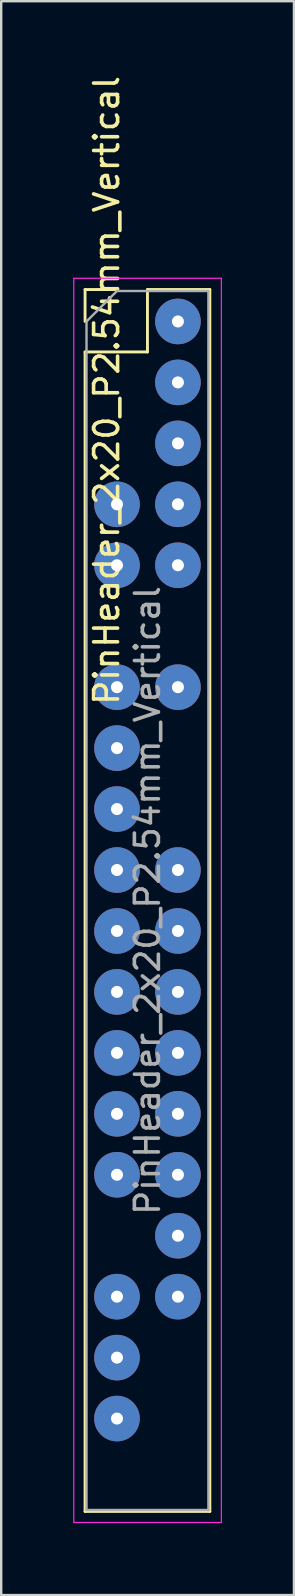
<source format=kicad_pcb>
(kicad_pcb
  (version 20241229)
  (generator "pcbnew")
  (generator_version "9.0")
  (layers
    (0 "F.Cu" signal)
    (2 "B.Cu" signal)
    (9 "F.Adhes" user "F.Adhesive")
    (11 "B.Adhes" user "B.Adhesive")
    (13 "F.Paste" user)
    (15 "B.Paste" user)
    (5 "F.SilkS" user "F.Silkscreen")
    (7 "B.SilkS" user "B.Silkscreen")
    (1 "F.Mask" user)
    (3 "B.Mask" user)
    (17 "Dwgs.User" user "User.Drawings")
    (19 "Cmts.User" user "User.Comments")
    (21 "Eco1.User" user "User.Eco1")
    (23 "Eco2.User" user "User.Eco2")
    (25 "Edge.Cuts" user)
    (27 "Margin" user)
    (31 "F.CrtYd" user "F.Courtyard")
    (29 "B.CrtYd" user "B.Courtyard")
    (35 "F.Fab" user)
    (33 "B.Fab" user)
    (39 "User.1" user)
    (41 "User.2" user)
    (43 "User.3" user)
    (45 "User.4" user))
  (footprint "PinHeader_2x20_P2.54mm_Vertical"
    (layer "F.Cu")
    (at 1.825 10.346)
    (property "Reference" "PinHeader_2x20_P2.54mm_Vertical" (at -0.43 2.874 90) (layer "F.SilkS") (effects (font (size 1 1) (thickness 0.15))))
    (attr through_hole)
    (fp_line (start -1.33 -1.33) (end -1.33 0) (stroke (width 0.12) (type solid)) (layer "F.SilkS"))
    (fp_line (start -1.33 49.59) (end -1.33 1.27) (stroke (width 0.12) (type solid)) (layer "F.SilkS"))
    (fp_line (start 0 -1.33) (end -1.33 -1.33) (stroke (width 0.12) (type solid)) (layer "F.SilkS"))
    (fp_line (start 1.27 -1.33) (end 1.27 1.27) (stroke (width 0.12) (type solid)) (layer "F.SilkS"))
    (fp_line (start 1.27 1.27) (end -1.33 1.27) (stroke (width 0.12) (type solid)) (layer "F.SilkS"))
    (fp_line (start 3.87 -1.33) (end 1.27 -1.33) (stroke (width 0.12) (type solid)) (layer "F.SilkS"))
    (fp_line (start 3.87 49.59) (end -1.33 49.59) (stroke (width 0.12) (type solid)) (layer "F.SilkS"))
    (fp_line (start 3.87 49.59) (end 3.87 -1.33) (stroke (width 0.12) (type solid)) (layer "F.SilkS"))
    (fp_line (start -1.8 -1.8) (end 4.35 -1.8) (stroke (width 0.05) (type solid)) (layer "F.CrtYd"))
    (fp_line (start -1.8 50.05) (end -1.8 -1.8) (stroke (width 0.05) (type solid)) (layer "F.CrtYd"))
    (fp_line (start 4.35 -1.8) (end 4.35 50.05) (stroke (width 0.05) (type solid)) (layer "F.CrtYd"))
    (fp_line (start 4.35 50.05) (end -1.8 50.05) (stroke (width 0.05) (type solid)) (layer "F.CrtYd"))
    (fp_line (start -1.27 0) (end -1.27 49.53) (stroke (width 0.1) (type solid)) (layer "F.Fab"))
    (fp_line (start -1.27 49.53) (end 3.81 49.53) (stroke (width 0.1) (type solid)) (layer "F.Fab"))
    (fp_line (start 0 -1.27) (end -1.27 0) (stroke (width 0.1) (type solid)) (layer "F.Fab"))
    (fp_line (start 3.81 -1.27) (end 0 -1.27) (stroke (width 0.1) (type solid)) (layer "F.Fab"))
    (fp_line (start 3.81 49.53) (end 3.81 -1.27) (stroke (width 0.1) (type solid)) (layer "F.Fab"))
    (fp_text user "${REFERENCE}" (at 1.27 24.13 90) (layer "F.Fab") (effects (font (size 1 1) (thickness 0.15))))
    (pad "2" thru_hole circle (at 2.54 0) (size 1.9 1.9) (drill 0.5) (layers "*.Cu" "*.Mask"))
    (pad "4" thru_hole circle (at 2.54 2.54) (size 1.9 1.9) (drill 0.5) (layers "*.Cu" "*.Mask"))
    (pad "6" thru_hole circle (at 2.54 5.08) (size 1.9 1.9) (drill 0.5) (layers "*.Cu" "*.Mask"))
    (pad "7" thru_hole circle (at 0 7.62) (size 1.9 1.9) (drill 0.5) (layers "*.Cu" "*.Mask"))
    (pad "8" thru_hole circle (at 2.54 7.62) (size 1.9 1.9) (drill 0.5) (layers "*.Cu" "*.Mask"))
    (pad "9" thru_hole circle (at 0 10.16) (size 1.9 1.9) (drill 0.5) (layers "*.Cu" "*.Mask"))
    (pad "10" thru_hole circle (at 2.54 10.16) (size 1.9 1.9) (drill 0.5) (layers "*.Cu" "*.Mask"))
    (pad "13" thru_hole circle (at 0 15.24) (size 1.9 1.9) (drill 0.5) (layers "*.Cu" "*.Mask"))
    (pad "14" thru_hole circle (at 2.54 15.24) (size 1.9 1.9) (drill 0.5) (layers "*.Cu" "*.Mask"))
    (pad "15" thru_hole circle (at 0 17.78) (size 1.9 1.9) (drill 0.5) (layers "*.Cu" "*.Mask"))
    (pad "17" thru_hole circle (at 0 20.32) (size 1.9 1.9) (drill 0.5) (layers "*.Cu" "*.Mask"))
    (pad "19" thru_hole circle (at 0 22.86) (size 1.9 1.9) (drill 0.5) (layers "*.Cu" "*.Mask"))
    (pad "20" thru_hole circle (at 2.54 22.86) (size 1.9 1.9) (drill 0.5) (layers "*.Cu" "*.Mask"))
    (pad "21" thru_hole circle (at 0 25.4) (size 1.9 1.9) (drill 0.5) (layers "*.Cu" "*.Mask"))
    (pad "22" thru_hole circle (at 2.54 25.4) (size 1.9 1.9) (drill 0.5) (layers "*.Cu" "*.Mask"))
    (pad "23" thru_hole circle (at 0 27.94) (size 1.9 1.9) (drill 0.5) (layers "*.Cu" "*.Mask"))
    (pad "24" thru_hole circle (at 2.54 27.94) (size 1.9 1.9) (drill 0.5) (layers "*.Cu" "*.Mask"))
    (pad "25" thru_hole circle (at 0 30.48) (size 1.9 1.9) (drill 0.5) (layers "*.Cu" "*.Mask"))
    (pad "26" thru_hole circle (at 2.54 30.48) (size 1.9 1.9) (drill 0.5) (layers "*.Cu" "*.Mask"))
    (pad "27" thru_hole circle (at 0 33.02) (size 1.9 1.9) (drill 0.5) (layers "*.Cu" "*.Mask"))
    (pad "28" thru_hole circle (at 2.54 33.02) (size 1.9 1.9) (drill 0.5) (layers "*.Cu" "*.Mask"))
    (pad "29" thru_hole circle (at 0 35.56) (size 1.9 1.9) (drill 0.5) (layers "*.Cu" "*.Mask"))
    (pad "30" thru_hole circle (at 2.54 35.56) (size 1.9 1.9) (drill 0.5) (layers "*.Cu" "*.Mask"))
    (pad "32" thru_hole circle (at 2.54 38.1) (size 1.9 1.9) (drill 0.5) (layers "*.Cu" "*.Mask"))
    (pad "33" thru_hole circle (at 0 40.64) (size 1.9 1.9) (drill 0.5) (layers "*.Cu" "*.Mask"))
    (pad "34" thru_hole circle (at 2.54 40.64) (size 1.9 1.9) (drill 0.5) (layers "*.Cu" "*.Mask"))
    (pad "35" thru_hole circle (at 0 43.18) (size 1.9 1.9) (drill 0.5) (layers "*.Cu" "*.Mask"))
    (pad "37" thru_hole circle (at 0 45.72) (size 1.9 1.9) (drill 0.5) (layers "*.Cu" "*.Mask")))
  (gr_rect
    (start -3 -3)
    (end 9.2 63.421)
    (stroke (width 0.1) (type default))
    (fill no)
    (layer "Edge.Cuts")))
</source>
